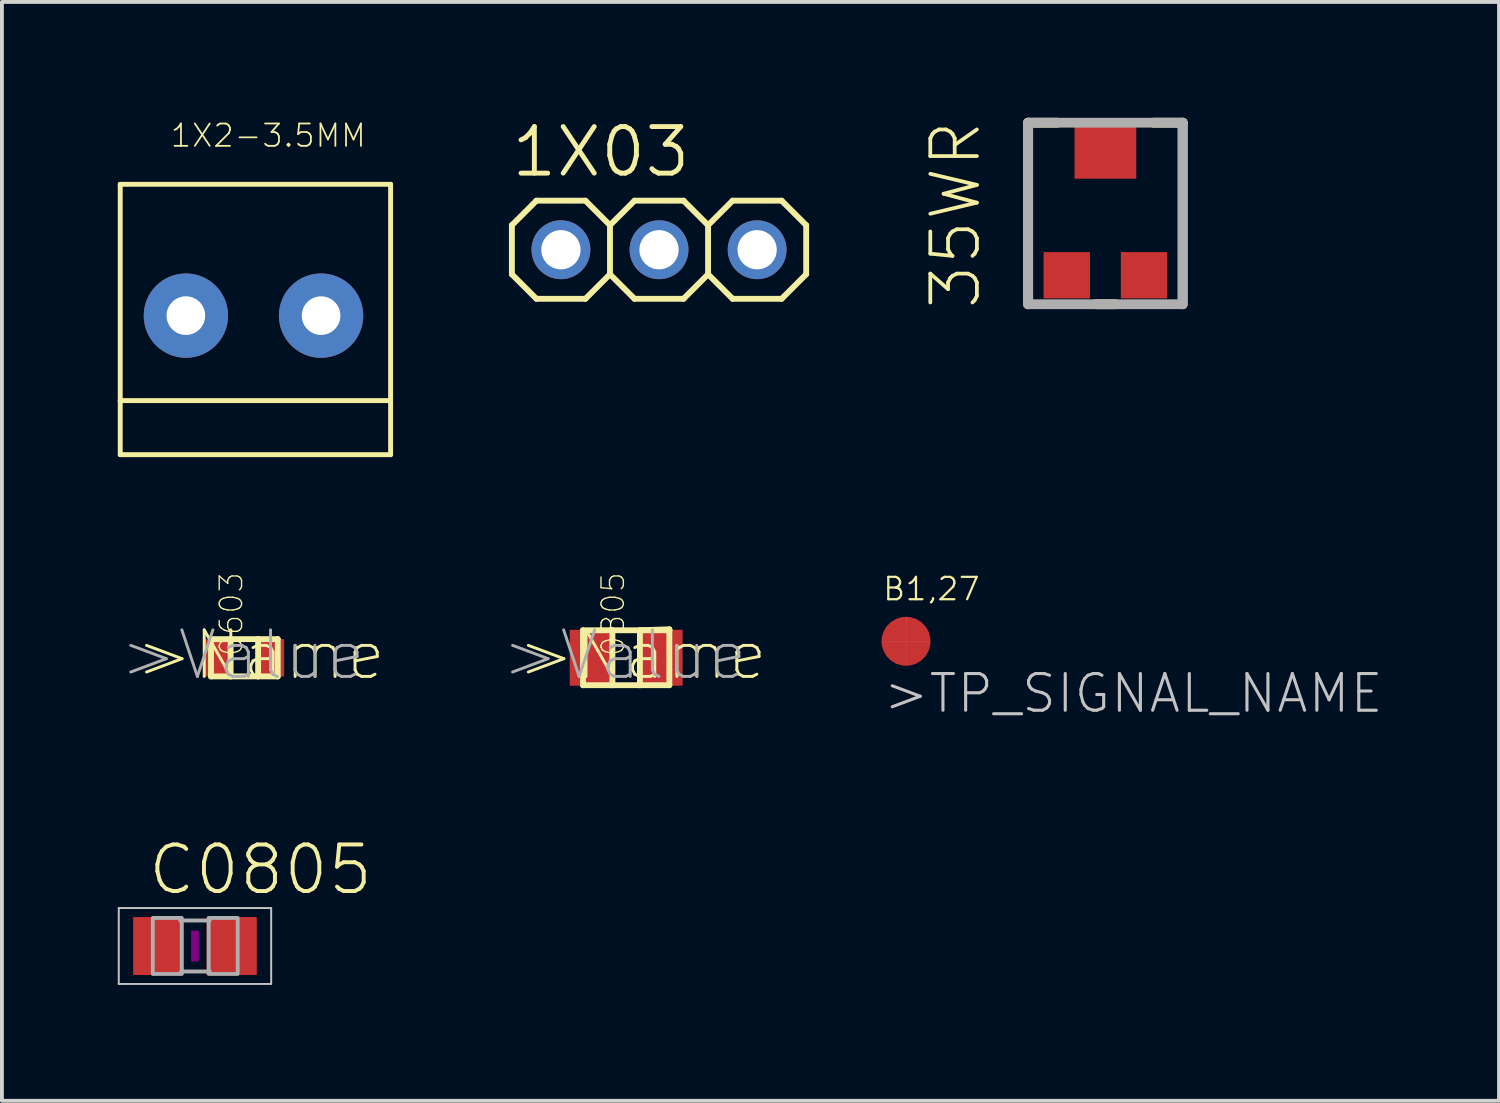
<source format=kicad_pcb>
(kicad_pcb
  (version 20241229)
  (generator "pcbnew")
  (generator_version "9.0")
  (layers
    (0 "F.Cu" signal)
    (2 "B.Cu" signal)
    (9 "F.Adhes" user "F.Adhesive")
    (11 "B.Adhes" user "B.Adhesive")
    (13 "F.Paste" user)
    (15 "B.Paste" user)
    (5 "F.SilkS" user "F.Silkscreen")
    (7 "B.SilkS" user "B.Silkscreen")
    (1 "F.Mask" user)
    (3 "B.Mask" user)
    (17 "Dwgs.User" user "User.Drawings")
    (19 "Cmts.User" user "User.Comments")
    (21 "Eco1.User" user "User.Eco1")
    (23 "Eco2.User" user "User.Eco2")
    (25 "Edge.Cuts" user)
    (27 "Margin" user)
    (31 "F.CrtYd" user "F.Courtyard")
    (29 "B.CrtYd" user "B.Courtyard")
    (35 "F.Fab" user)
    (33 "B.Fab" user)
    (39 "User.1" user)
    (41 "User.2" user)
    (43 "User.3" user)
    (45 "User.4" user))
  (footprint "B1,27"
    (layer "F.Cu")
    (at 20.408 13.554)
    (property "Reference" "B1,27" (at -0.635 -1.016 0) (layer "F.SilkS") (effects (font (size 0.579 0.579) (thickness 0.058)) (justify left bottom)))
    (attr through_hole)
    (fp_line (start -0.635 0) (end 0.635 0) (stroke (width 0.002) (type solid)) (layer "Dwgs.User"))
    (fp_line (start 0 -0.635) (end 0 0.635) (stroke (width 0.002) (type solid)) (layer "Dwgs.User"))
    (fp_text user ">TP_SIGNAL_NAME" (at -0.635 1.905 0) (layer "Dwgs.User") (effects (font (size 0.95 0.95) (thickness 0.08)) (justify left bottom)))
    (pad "TP" smd roundrect (at 0 0) (size 1.27 1.27) (layers "F.Cu" "F.Mask") (roundrect_rratio 0.5)))
  (footprint "1X03"
    (layer "F.Cu")
    (at 14.013 3.416)
    (property "Reference" "1X03" (at -3.886 -1.829 0) (layer "F.SilkS") (effects (font (size 1.206 1.206) (thickness 0.127)) (justify left bottom)))
    (attr through_hole)
    (fp_line (start -3.81 -0.635) (end -3.81 0.635) (stroke (width 0.152) (type solid)) (layer "F.SilkS"))
    (fp_line (start -3.81 0.635) (end -3.175 1.27) (stroke (width 0.152) (type solid)) (layer "F.SilkS"))
    (fp_line (start -3.175 -1.27) (end -3.81 -0.635) (stroke (width 0.152) (type solid)) (layer "F.SilkS"))
    (fp_line (start -3.175 -1.27) (end -1.905 -1.27) (stroke (width 0.152) (type solid)) (layer "F.SilkS"))
    (fp_line (start -1.905 -1.27) (end -1.27 -0.635) (stroke (width 0.152) (type solid)) (layer "F.SilkS"))
    (fp_line (start -1.905 1.27) (end -3.175 1.27) (stroke (width 0.152) (type solid)) (layer "F.SilkS"))
    (fp_line (start -1.27 -0.635) (end -1.27 0.635) (stroke (width 0.152) (type solid)) (layer "F.SilkS"))
    (fp_line (start -1.27 -0.635) (end -0.635 -1.27) (stroke (width 0.152) (type solid)) (layer "F.SilkS"))
    (fp_line (start -1.27 0.635) (end -1.905 1.27) (stroke (width 0.152) (type solid)) (layer "F.SilkS"))
    (fp_line (start -0.635 -1.27) (end 0.635 -1.27) (stroke (width 0.152) (type solid)) (layer "F.SilkS"))
    (fp_line (start -0.635 1.27) (end -1.27 0.635) (stroke (width 0.152) (type solid)) (layer "F.SilkS"))
    (fp_line (start 0.635 -1.27) (end 1.27 -0.635) (stroke (width 0.152) (type solid)) (layer "F.SilkS"))
    (fp_line (start 0.635 1.27) (end -0.635 1.27) (stroke (width 0.152) (type solid)) (layer "F.SilkS"))
    (fp_line (start 1.27 -0.635) (end 1.27 0.635) (stroke (width 0.152) (type solid)) (layer "F.SilkS"))
    (fp_line (start 1.27 -0.635) (end 1.905 -1.27) (stroke (width 0.152) (type solid)) (layer "F.SilkS"))
    (fp_line (start 1.27 0.635) (end 0.635 1.27) (stroke (width 0.152) (type solid)) (layer "F.SilkS"))
    (fp_line (start 1.905 -1.27) (end 3.175 -1.27) (stroke (width 0.152) (type solid)) (layer "F.SilkS"))
    (fp_line (start 1.905 1.27) (end 1.27 0.635) (stroke (width 0.152) (type solid)) (layer "F.SilkS"))
    (fp_line (start 3.175 -1.27) (end 3.81 -0.635) (stroke (width 0.152) (type solid)) (layer "F.SilkS"))
    (fp_line (start 3.175 1.27) (end 1.905 1.27) (stroke (width 0.152) (type solid)) (layer "F.SilkS"))
    (fp_line (start 3.81 -0.635) (end 3.81 0.635) (stroke (width 0.152) (type solid)) (layer "F.SilkS"))
    (fp_line (start 3.81 0.635) (end 3.175 1.27) (stroke (width 0.152) (type solid)) (layer "F.SilkS"))
    (fp_poly (pts (xy -2.794 0.254) (xy -2.286 0.254) (xy -2.286 -0.254) (xy -2.794 -0.254)) (stroke (width 0.1) (type solid)) (fill no) (layer "F.Fab"))
    (fp_poly (pts (xy -0.254 0.254) (xy 0.254 0.254) (xy 0.254 -0.254) (xy -0.254 -0.254)) (stroke (width 0.1) (type solid)) (fill no) (layer "F.Fab"))
    (fp_poly (pts (xy 2.286 0.254) (xy 2.794 0.254) (xy 2.794 -0.254) (xy 2.286 -0.254)) (stroke (width 0.1) (type solid)) (fill no) (layer "F.Fab"))
    (pad "1" thru_hole circle (at -2.54 0 90) (size 1.524 1.524) (drill 1.016) (layers "*.Cu" "*.Mask"))
    (pad "2" thru_hole circle (at 0 0 90) (size 1.524 1.524) (drill 1.016) (layers "*.Cu" "*.Mask"))
    (pad "3" thru_hole circle (at 2.54 0 90) (size 1.524 1.524) (drill 1.016) (layers "*.Cu" "*.Mask")))
  (footprint "35WR"
    (layer "F.Cu")
    (at 25.57 2.477)
    (property "Reference" "35WR" (at -3.175 2.54 90) (layer "F.SilkS") (effects (font (size 1.206 1.206) (thickness 0.097)) (justify left bottom)))
    (attr smd)
    (fp_line (start -2 -2.35) (end -1.25 -2.35) (stroke (width 0.254) (type solid)) (layer "F.SilkS"))
    (fp_line (start -2 2.35) (end -2 -2.35) (stroke (width 0.254) (type solid)) (layer "F.SilkS"))
    (fp_line (start 0.25 2.35) (end -0.25 2.35) (stroke (width 0.254) (type solid)) (layer "F.SilkS"))
    (fp_line (start 1.25 -2.35) (end 2 -2.35) (stroke (width 0.254) (type solid)) (layer "F.SilkS"))
    (fp_line (start 2 -2.35) (end 2 2.35) (stroke (width 0.254) (type solid)) (layer "F.SilkS"))
    (fp_line (start -2 -2.35) (end -2 2.35) (stroke (width 0.254) (type solid)) (layer "F.Fab"))
    (fp_line (start -2 2.35) (end 2 2.35) (stroke (width 0.254) (type solid)) (layer "F.Fab"))
    (fp_line (start 2 -2.35) (end -2 -2.35) (stroke (width 0.254) (type solid)) (layer "F.Fab"))
    (fp_line (start 2 2.35) (end 2 -2.35) (stroke (width 0.254) (type solid)) (layer "F.Fab"))
    (pad "1" smd rect (at -1 1.6) (size 1.2 1.2) (layers "F.Cu" "F.Mask" "F.Paste"))
    (pad "2" smd rect (at 0 -1.65) (size 1.6 1.5) (layers "F.Cu" "F.Mask" "F.Paste"))
    (pad "3" smd rect (at 1 1.6) (size 1.2 1.2) (layers "F.Cu" "F.Mask" "F.Paste")))
  (footprint "0805"
    (layer "F.Cu")
    (at 13.162 13.98)
    (property "Reference" "0805" (at 0 0 270) (layer "F.SilkS") (effects (font (size 0.579 0.579) (thickness 0.035)) (justify left bottom)))
    (attr smd)
    (fp_line (start -1.118 -0.711) (end -1.118 0.711) (stroke (width 0.152) (type solid)) (layer "F.SilkS"))
    (fp_line (start -1.118 0.711) (end -0.356 0.711) (stroke (width 0.152) (type solid)) (layer "F.SilkS"))
    (fp_line (start -0.356 -0.711) (end -1.118 -0.711) (stroke (width 0.152) (type solid)) (layer "F.SilkS"))
    (fp_line (start -0.356 0.711) (end -0.356 -0.711) (stroke (width 0.152) (type solid)) (layer "F.SilkS"))
    (fp_line (start -0.356 0.711) (end 0.356 0.711) (stroke (width 0.152) (type solid)) (layer "F.SilkS"))
    (fp_line (start 0.356 -0.711) (end 0.356 0.711) (stroke (width 0.152) (type solid)) (layer "F.SilkS"))
    (fp_line (start 0.356 0.711) (end 1.118 0.711) (stroke (width 0.152) (type solid)) (layer "F.SilkS"))
    (fp_line (start 1.118 -0.737) (end 0.356 -0.711) (stroke (width 0.152) (type solid)) (layer "F.SilkS"))
    (fp_line (start 1.118 -0.711) (end -0.356 -0.711) (stroke (width 0.152) (type solid)) (layer "F.SilkS"))
    (fp_line (start 1.118 -0.711) (end 1.118 -0.737) (stroke (width 0.152) (type solid)) (layer "F.SilkS"))
    (fp_line (start 1.118 0.711) (end 1.118 -0.711) (stroke (width 0.152) (type solid)) (layer "F.SilkS"))
    (fp_text user ">Name" (at -2.87 0.635 0) (layer "F.SilkS") (effects (font (size 1.206 1.206) (thickness 0.076)) (justify left bottom)))
    (fp_text user ">Value" (at -3.277 0.635 0) (layer "F.Fab") (effects (font (size 1.206 1.206) (thickness 0.076)) (justify left bottom)))
    (pad "1" smd rect (at -0.902 0) (size 1.118 1.448) (layers "F.Cu" "F.Mask" "F.Paste"))
    (pad "2" smd rect (at 0.902 0) (size 1.118 1.448) (layers "F.Cu" "F.Mask" "F.Paste")))
  (footprint "0603"
    (layer "F.Cu")
    (at 3.277 13.98)
    (property "Reference" "0603" (at 0 0 90) (layer "F.SilkS") (effects (font (size 0.579 0.579) (thickness 0.035)) (justify left bottom)))
    (attr smd)
    (fp_line (start -0.864 -0.483) (end -0.864 0.483) (stroke (width 0.152) (type solid)) (layer "F.SilkS"))
    (fp_line (start -0.864 0.483) (end -0.356 0.483) (stroke (width 0.152) (type solid)) (layer "F.SilkS"))
    (fp_line (start -0.356 -0.483) (end -0.864 -0.483) (stroke (width 0.152) (type solid)) (layer "F.SilkS"))
    (fp_line (start -0.356 0.483) (end -0.356 -0.483) (stroke (width 0.152) (type solid)) (layer "F.SilkS"))
    (fp_line (start -0.356 0.483) (end 0.356 0.483) (stroke (width 0.152) (type solid)) (layer "F.SilkS"))
    (fp_line (start 0.356 -0.483) (end -0.356 -0.483) (stroke (width 0.152) (type solid)) (layer "F.SilkS"))
    (fp_line (start 0.356 -0.483) (end 0.356 0.483) (stroke (width 0.152) (type solid)) (layer "F.SilkS"))
    (fp_line (start 0.356 0.483) (end 0.864 0.483) (stroke (width 0.152) (type solid)) (layer "F.SilkS"))
    (fp_line (start 0.864 -0.483) (end 0.356 -0.483) (stroke (width 0.152) (type solid)) (layer "F.SilkS"))
    (fp_line (start 0.864 0.483) (end 0.864 -0.483) (stroke (width 0.152) (type solid)) (layer "F.SilkS"))
    (fp_text user ">Name" (at -2.87 0.635 0) (layer "F.SilkS") (effects (font (size 1.206 1.206) (thickness 0.076)) (justify left bottom)))
    (fp_text user ">Value" (at -3.277 0.635 0) (layer "F.Fab") (effects (font (size 1.206 1.206) (thickness 0.076)) (justify left bottom)))
    (pad "1" smd rect (at -0.699 0) (size 0.66 0.965) (layers "F.Cu" "F.Mask" "F.Paste"))
    (pad "2" smd rect (at 0.699 0) (size 0.66 0.965) (layers "F.Cu" "F.Mask" "F.Paste")))
  (footprint "1X2-3.5MM"
    (layer "F.Cu")
    (at 3.463 5.122)
    (property "Reference" "1X2-3.5MM" (at 3 -5 180) (layer "F.SilkS") (effects (font (size 0.579 0.579) (thickness 0.046)) (justify right top)))
    (attr through_hole)
    (fp_line (start -3.4 -3.4) (end -3.4 2.2) (stroke (width 0.127) (type solid)) (layer "F.SilkS"))
    (fp_line (start -3.4 2.2) (end -3.4 3.6) (stroke (width 0.127) (type solid)) (layer "F.SilkS"))
    (fp_line (start -3.4 2.2) (end 3.6 2.2) (stroke (width 0.127) (type solid)) (layer "F.SilkS"))
    (fp_line (start -3.4 3.6) (end 3.6 3.6) (stroke (width 0.127) (type solid)) (layer "F.SilkS"))
    (fp_line (start 3.6 -3.4) (end -3.4 -3.4) (stroke (width 0.127) (type solid)) (layer "F.SilkS"))
    (fp_line (start 3.6 2.2) (end 3.6 -3.4) (stroke (width 0.127) (type solid)) (layer "F.SilkS"))
    (fp_line (start 3.6 3.6) (end 3.6 2.2) (stroke (width 0.127) (type solid)) (layer "F.SilkS"))
    (pad "1" thru_hole circle (at 1.8 0) (size 2.184 2.184) (drill 1) (layers "*.Cu" "*.Mask"))
    (pad "2" thru_hole circle (at -1.7 0) (size 2.184 2.184) (drill 1) (layers "*.Cu" "*.Mask")))
  (footprint "C0805"
    (layer "F.Cu")
    (at 1.998 21.443)
    (property "Reference" "C0805" (at -1.27 -1.27 0) (layer "F.SilkS") (effects (font (size 1.206 1.206) (thickness 0.102)) (justify left bottom)))
    (attr smd)
    (fp_poly (pts (xy -0.1 0.4) (xy 0.1 0.4) (xy 0.1 -0.4) (xy -0.1 -0.4)) (stroke (width 0) (type solid)) (fill yes) (layer "F.Adhes"))
    (fp_line (start -1.973 -0.983) (end 1.973 -0.983) (stroke (width 0.051) (type solid)) (layer "Dwgs.User"))
    (fp_line (start -1.973 0.983) (end -1.973 -0.983) (stroke (width 0.051) (type solid)) (layer "Dwgs.User"))
    (fp_line (start 1.973 -0.983) (end 1.973 0.983) (stroke (width 0.051) (type solid)) (layer "Dwgs.User"))
    (fp_line (start 1.973 0.983) (end -1.973 0.983) (stroke (width 0.051) (type solid)) (layer "Dwgs.User"))
    (fp_line (start -0.381 -0.66) (end 0.381 -0.66) (stroke (width 0.102) (type solid)) (layer "F.Fab"))
    (fp_line (start -0.356 0.66) (end 0.381 0.66) (stroke (width 0.102) (type solid)) (layer "F.Fab"))
    (fp_poly (pts (xy -1.092 0.724) (xy -0.342 0.724) (xy -0.342 -0.726) (xy -1.092 -0.726)) (stroke (width 0.1) (type solid)) (fill no) (layer "F.Fab"))
    (fp_poly (pts (xy 0.356 0.724) (xy 1.106 0.724) (xy 1.106 -0.726) (xy 0.356 -0.726)) (stroke (width 0.1) (type solid)) (fill no) (layer "F.Fab"))
    (pad "1" smd rect (at -0.95 0) (size 1.3 1.5) (layers "F.Cu" "F.Mask" "F.Paste"))
    (pad "2" smd rect (at 0.95 0) (size 1.3 1.5) (layers "F.Cu" "F.Mask" "F.Paste")))
  (gr_rect
    (start -3 -3)
    (end 35.761 25.451)
    (stroke (width 0.1) (type default))
    (fill no)
    (layer "Edge.Cuts")))
</source>
